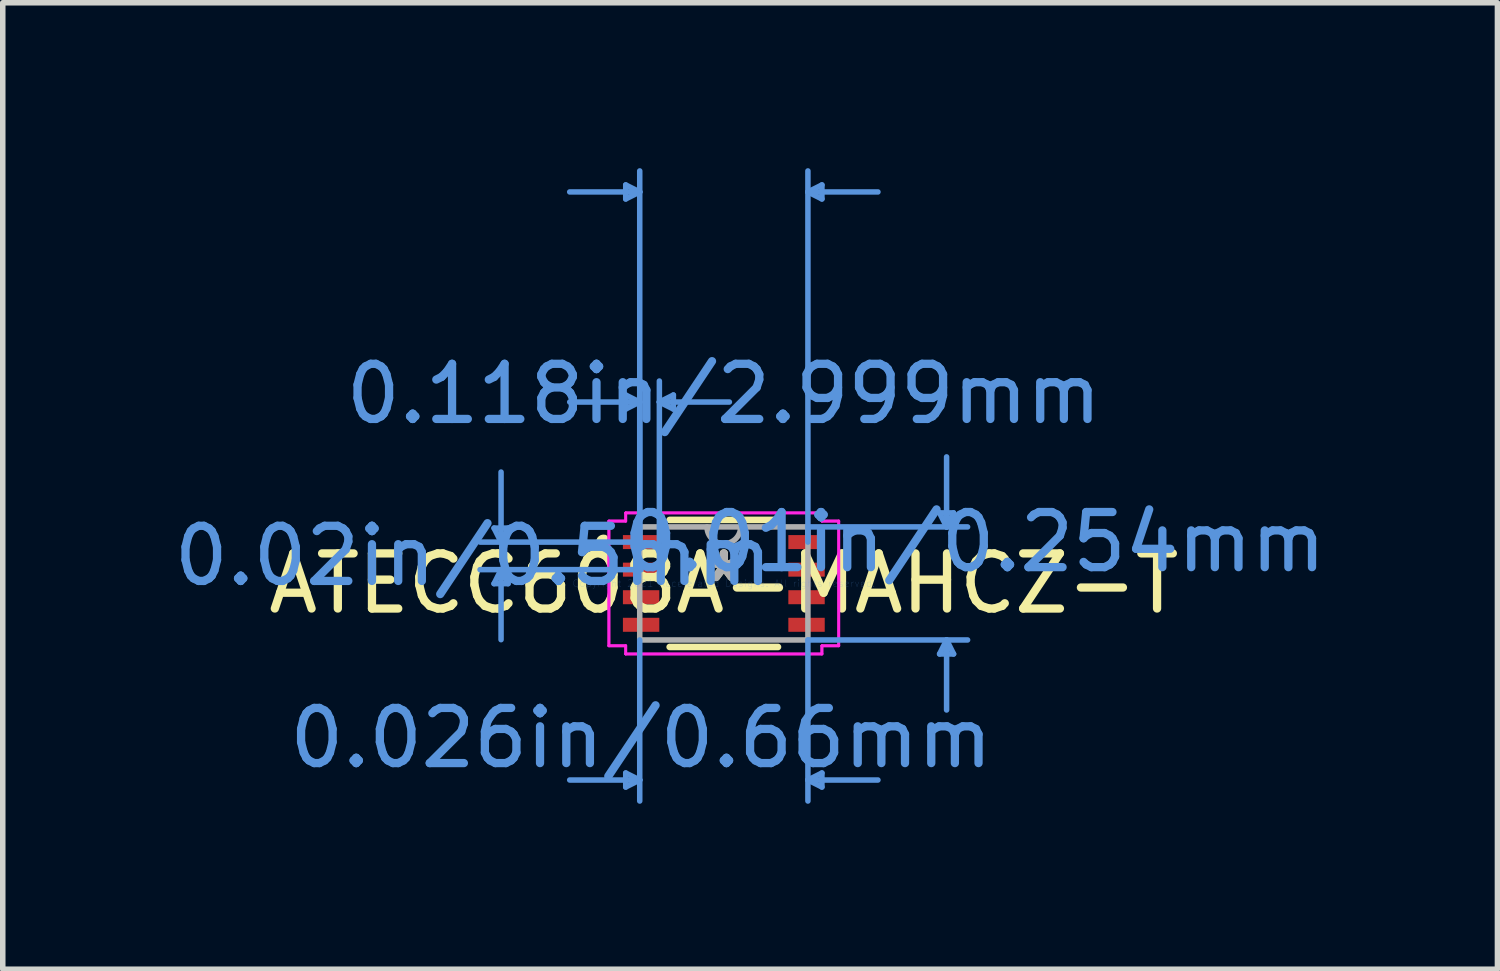
<source format=kicad_pcb>
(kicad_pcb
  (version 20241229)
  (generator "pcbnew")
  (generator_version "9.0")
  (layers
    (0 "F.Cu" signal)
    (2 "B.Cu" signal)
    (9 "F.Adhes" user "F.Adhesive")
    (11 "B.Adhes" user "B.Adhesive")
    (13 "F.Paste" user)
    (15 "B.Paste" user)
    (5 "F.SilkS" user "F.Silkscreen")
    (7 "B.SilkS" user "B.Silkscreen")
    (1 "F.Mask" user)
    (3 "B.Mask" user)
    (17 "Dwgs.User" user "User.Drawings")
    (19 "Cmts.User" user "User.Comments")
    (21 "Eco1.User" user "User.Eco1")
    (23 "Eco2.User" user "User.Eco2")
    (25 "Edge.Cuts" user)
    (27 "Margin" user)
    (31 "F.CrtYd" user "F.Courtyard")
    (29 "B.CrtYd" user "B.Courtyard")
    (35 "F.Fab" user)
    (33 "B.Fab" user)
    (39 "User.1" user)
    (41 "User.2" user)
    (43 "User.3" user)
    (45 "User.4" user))
  (footprint "ATECC608A-MAHCZ-T"
    (layer "F.Cu")
    (at 10.077 7.531)
    (property "Reference" "ATECC608A-MAHCZ-T" (at 0 0 0) (layer "F.SilkS") (effects (font (size 1 1) (thickness 0.15))))
    (attr through_hole)
    (fp_line (start -0.982 1.152) (end 0.982 1.152) (stroke (width 0.12) (type solid)) (layer "F.SilkS"))
    (fp_line (start 0.982 -1.152) (end -0.982 -1.152) (stroke (width 0.12) (type solid)) (layer "F.SilkS"))
    (fp_arc (start -2.162538 -0.676171) (mid -2.257599 -0.75) (end -2.162538 -0.823829) (stroke (width 0.12) (type solid)) (layer "F.SilkS"))
    (fp_line (start -4.167 -1.004) (end -3.913 -1.004) (stroke (width 0.1) (type solid)) (layer "Cmts.User"))
    (fp_line (start -4.167 0.004) (end -3.913 0.004) (stroke (width 0.1) (type solid)) (layer "Cmts.User"))
    (fp_line (start -4.04 -0.75) (end -4.167 -1.004) (stroke (width 0.1) (type solid)) (layer "Cmts.User"))
    (fp_line (start -4.04 -0.75) (end -4.04 -2.02) (stroke (width 0.1) (type solid)) (layer "Cmts.User"))
    (fp_line (start -4.04 -0.75) (end -3.913 -1.004) (stroke (width 0.1) (type solid)) (layer "Cmts.User"))
    (fp_line (start -4.04 -0.25) (end -4.167 0.004) (stroke (width 0.1) (type solid)) (layer "Cmts.User"))
    (fp_line (start -4.04 -0.25) (end -4.04 1.02) (stroke (width 0.1) (type solid)) (layer "Cmts.User"))
    (fp_line (start -4.04 -0.25) (end -3.913 0.004) (stroke (width 0.1) (type solid)) (layer "Cmts.User"))
    (fp_line (start -1.779 -7.227) (end -1.779 -6.973) (stroke (width 0.1) (type solid)) (layer "Cmts.User"))
    (fp_line (start -1.779 -3.417) (end -1.779 -3.163) (stroke (width 0.1) (type solid)) (layer "Cmts.User"))
    (fp_line (start -1.779 3.438) (end -1.779 3.692) (stroke (width 0.1) (type solid)) (layer "Cmts.User"))
    (fp_line (start -1.525 -7.1) (end -2.795 -7.1) (stroke (width 0.1) (type solid)) (layer "Cmts.User"))
    (fp_line (start -1.525 -7.1) (end -1.779 -7.227) (stroke (width 0.1) (type solid)) (layer "Cmts.User"))
    (fp_line (start -1.525 -7.1) (end -1.779 -6.973) (stroke (width 0.1) (type solid)) (layer "Cmts.User"))
    (fp_line (start -1.525 -3.29) (end -2.795 -3.29) (stroke (width 0.1) (type solid)) (layer "Cmts.User"))
    (fp_line (start -1.525 -3.29) (end -1.779 -3.417) (stroke (width 0.1) (type solid)) (layer "Cmts.User"))
    (fp_line (start -1.525 -3.29) (end -1.779 -3.163) (stroke (width 0.1) (type solid)) (layer "Cmts.User"))
    (fp_line (start -1.525 -0.75) (end -1.525 -7.481) (stroke (width 0.1) (type solid)) (layer "Cmts.User"))
    (fp_line (start -1.525 -0.75) (end -1.525 -3.671) (stroke (width 0.1) (type solid)) (layer "Cmts.User"))
    (fp_line (start -1.525 1.025) (end -1.525 3.946) (stroke (width 0.1) (type solid)) (layer "Cmts.User"))
    (fp_line (start -1.525 3.565) (end -2.795 3.565) (stroke (width 0.1) (type solid)) (layer "Cmts.User"))
    (fp_line (start -1.525 3.565) (end -1.779 3.438) (stroke (width 0.1) (type solid)) (layer "Cmts.User"))
    (fp_line (start -1.525 3.565) (end -1.779 3.692) (stroke (width 0.1) (type solid)) (layer "Cmts.User"))
    (fp_line (start -1.5 -0.75) (end -4.421 -0.75) (stroke (width 0.1) (type solid)) (layer "Cmts.User"))
    (fp_line (start -1.5 -0.25) (end -4.421 -0.25) (stroke (width 0.1) (type solid)) (layer "Cmts.User"))
    (fp_line (start -1.169 -3.29) (end -0.915 -3.417) (stroke (width 0.1) (type solid)) (layer "Cmts.User"))
    (fp_line (start -1.169 -3.29) (end -0.915 -3.163) (stroke (width 0.1) (type solid)) (layer "Cmts.User"))
    (fp_line (start -1.169 -3.29) (end 0.101 -3.29) (stroke (width 0.1) (type solid)) (layer "Cmts.User"))
    (fp_line (start -1.169 -0.75) (end -1.169 -3.671) (stroke (width 0.1) (type solid)) (layer "Cmts.User"))
    (fp_line (start -0.915 -3.417) (end -0.915 -3.163) (stroke (width 0.1) (type solid)) (layer "Cmts.User"))
    (fp_line (start 1.525 -7.1) (end 1.779 -7.227) (stroke (width 0.1) (type solid)) (layer "Cmts.User"))
    (fp_line (start 1.525 -7.1) (end 1.779 -6.973) (stroke (width 0.1) (type solid)) (layer "Cmts.User"))
    (fp_line (start 1.525 -7.1) (end 2.795 -7.1) (stroke (width 0.1) (type solid)) (layer "Cmts.User"))
    (fp_line (start 1.525 -1.025) (end 4.421 -1.025) (stroke (width 0.1) (type solid)) (layer "Cmts.User"))
    (fp_line (start 1.525 -0.75) (end 1.525 -7.481) (stroke (width 0.1) (type solid)) (layer "Cmts.User"))
    (fp_line (start 1.525 1.025) (end 1.525 3.946) (stroke (width 0.1) (type solid)) (layer "Cmts.User"))
    (fp_line (start 1.525 1.025) (end 4.421 1.025) (stroke (width 0.1) (type solid)) (layer "Cmts.User"))
    (fp_line (start 1.525 3.565) (end 1.779 3.438) (stroke (width 0.1) (type solid)) (layer "Cmts.User"))
    (fp_line (start 1.525 3.565) (end 1.779 3.692) (stroke (width 0.1) (type solid)) (layer "Cmts.User"))
    (fp_line (start 1.525 3.565) (end 2.795 3.565) (stroke (width 0.1) (type solid)) (layer "Cmts.User"))
    (fp_line (start 1.779 -7.227) (end 1.779 -6.973) (stroke (width 0.1) (type solid)) (layer "Cmts.User"))
    (fp_line (start 1.779 3.438) (end 1.779 3.692) (stroke (width 0.1) (type solid)) (layer "Cmts.User"))
    (fp_line (start 3.913 -1.279) (end 4.167 -1.279) (stroke (width 0.1) (type solid)) (layer "Cmts.User"))
    (fp_line (start 3.913 1.279) (end 4.167 1.279) (stroke (width 0.1) (type solid)) (layer "Cmts.User"))
    (fp_line (start 4.04 -1.025) (end 3.913 -1.279) (stroke (width 0.1) (type solid)) (layer "Cmts.User"))
    (fp_line (start 4.04 -1.025) (end 4.04 -2.295) (stroke (width 0.1) (type solid)) (layer "Cmts.User"))
    (fp_line (start 4.04 -1.025) (end 4.167 -1.279) (stroke (width 0.1) (type solid)) (layer "Cmts.User"))
    (fp_line (start 4.04 1.025) (end 3.913 1.279) (stroke (width 0.1) (type solid)) (layer "Cmts.User"))
    (fp_line (start 4.04 1.025) (end 4.04 2.295) (stroke (width 0.1) (type solid)) (layer "Cmts.User"))
    (fp_line (start 4.04 1.025) (end 4.167 1.279) (stroke (width 0.1) (type solid)) (layer "Cmts.User"))
    (fp_line (start -2.084 -1.131) (end -1.779 -1.131) (stroke (width 0.05) (type solid)) (layer "F.CrtYd"))
    (fp_line (start -2.084 -1.131) (end -1.779 -1.131) (stroke (width 0.05) (type solid)) (layer "F.CrtYd"))
    (fp_line (start -2.084 1.131) (end -2.084 -1.131) (stroke (width 0.05) (type solid)) (layer "F.CrtYd"))
    (fp_line (start -2.084 1.131) (end -2.084 -1.131) (stroke (width 0.05) (type solid)) (layer "F.CrtYd"))
    (fp_line (start -2.084 1.131) (end -1.779 1.131) (stroke (width 0.05) (type solid)) (layer "F.CrtYd"))
    (fp_line (start -1.779 -1.279) (end 1.779 -1.279) (stroke (width 0.05) (type solid)) (layer "F.CrtYd"))
    (fp_line (start -1.779 -1.279) (end 1.779 -1.279) (stroke (width 0.05) (type solid)) (layer "F.CrtYd"))
    (fp_line (start -1.779 -1.131) (end -1.779 -1.279) (stroke (width 0.05) (type solid)) (layer "F.CrtYd"))
    (fp_line (start -1.779 -1.131) (end -1.779 -1.279) (stroke (width 0.05) (type solid)) (layer "F.CrtYd"))
    (fp_line (start -1.779 1.131) (end -2.084 1.131) (stroke (width 0.05) (type solid)) (layer "F.CrtYd"))
    (fp_line (start -1.779 1.279) (end -1.779 1.131) (stroke (width 0.05) (type solid)) (layer "F.CrtYd"))
    (fp_line (start -1.779 1.279) (end -1.779 1.131) (stroke (width 0.05) (type solid)) (layer "F.CrtYd"))
    (fp_line (start 1.779 -1.279) (end 1.779 -1.131) (stroke (width 0.05) (type solid)) (layer "F.CrtYd"))
    (fp_line (start 1.779 -1.279) (end 1.779 -1.131) (stroke (width 0.05) (type solid)) (layer "F.CrtYd"))
    (fp_line (start 1.779 -1.131) (end 2.084 -1.131) (stroke (width 0.05) (type solid)) (layer "F.CrtYd"))
    (fp_line (start 1.779 1.131) (end 1.779 1.279) (stroke (width 0.05) (type solid)) (layer "F.CrtYd"))
    (fp_line (start 1.779 1.131) (end 1.779 1.279) (stroke (width 0.05) (type solid)) (layer "F.CrtYd"))
    (fp_line (start 1.779 1.279) (end -1.779 1.279) (stroke (width 0.05) (type solid)) (layer "F.CrtYd"))
    (fp_line (start 1.779 1.279) (end -1.779 1.279) (stroke (width 0.05) (type solid)) (layer "F.CrtYd"))
    (fp_line (start 2.084 -1.131) (end 1.779 -1.131) (stroke (width 0.05) (type solid)) (layer "F.CrtYd"))
    (fp_line (start 2.084 -1.131) (end 2.084 1.131) (stroke (width 0.05) (type solid)) (layer "F.CrtYd"))
    (fp_line (start 2.084 -1.131) (end 2.084 1.131) (stroke (width 0.05) (type solid)) (layer "F.CrtYd"))
    (fp_line (start 2.084 1.131) (end 1.779 1.131) (stroke (width 0.05) (type solid)) (layer "F.CrtYd"))
    (fp_line (start 2.084 1.131) (end 1.779 1.131) (stroke (width 0.05) (type solid)) (layer "F.CrtYd"))
    (fp_line (start -1.525 -1.025) (end -1.525 1.025) (stroke (width 0.1) (type solid)) (layer "F.Fab"))
    (fp_line (start -1.525 1.025) (end 1.525 1.025) (stroke (width 0.1) (type solid)) (layer "F.Fab"))
    (fp_line (start 1.525 -1.025) (end -1.525 -1.025) (stroke (width 0.1) (type solid)) (layer "F.Fab"))
    (fp_line (start 1.525 1.025) (end 1.525 -1.025) (stroke (width 0.1) (type solid)) (layer "F.Fab"))
    (fp_arc (start 0.3048 -1.025) (mid 0 -0.7202) (end -0.3048 -1.025) (stroke (width 0.1) (type solid)) (layer "F.Fab"))
    (fp_text user "*" (at 0 0 0) (layer "F.SilkS") (effects (font (size 1 1) (thickness 0.15))))
    (fp_text user "0.118in/2.999mm" (at 0 -3.438 0) (layer "Cmts.User") (effects (font (size 1 1) (thickness 0.15))))
    (fp_text user "Copyright 2021 Accelerated Designs. All rights reserved." (at 0 0 0) (layer "Cmts.User") (effects (font (size 0.127 0.127) (thickness 0.002))))
    (fp_text user "0.026in/0.66mm" (at -1.5 2.803 0) (layer "Cmts.User") (effects (font (size 1 1) (thickness 0.15))))
    (fp_text user "0.02in/0.5mm" (at -4.548 -0.5 0) (layer "Cmts.User") (effects (font (size 1 1) (thickness 0.15))))
    (fp_text user "0.01in/0.254mm" (at 4.548 -0.75 0) (layer "Cmts.User") (effects (font (size 1 1) (thickness 0.15))))
    (fp_text user "*" (at 0 0 0) (layer "F.Fab") (effects (font (size 1 1) (thickness 0.15))))
    (pad "1" smd rect (at -1.5 -0.75) (size 0.66 0.254) (layers "F.Cu" "F.Mask" "F.Paste"))
    (pad "2" smd rect (at -1.5 -0.25) (size 0.66 0.254) (layers "F.Cu" "F.Mask" "F.Paste"))
    (pad "3" smd rect (at -1.5 0.25) (size 0.66 0.254) (layers "F.Cu" "F.Mask" "F.Paste"))
    (pad "4" smd rect (at -1.5 0.75) (size 0.66 0.254) (layers "F.Cu" "F.Mask" "F.Paste"))
    (pad "5" smd rect (at 1.5 0.75) (size 0.66 0.254) (layers "F.Cu" "F.Mask" "F.Paste"))
    (pad "6" smd rect (at 1.5 0.25) (size 0.66 0.254) (layers "F.Cu" "F.Mask" "F.Paste"))
    (pad "7" smd rect (at 1.5 -0.25) (size 0.66 0.254) (layers "F.Cu" "F.Mask" "F.Paste"))
    (pad "8" smd rect (at 1.5 -0.75) (size 0.66 0.254) (layers "F.Cu" "F.Mask" "F.Paste")))
  (gr_rect
    (start -3 -3)
    (end 24.107 14.527)
    (stroke (width 0.1) (type default))
    (fill no)
    (layer "Edge.Cuts")))
</source>
